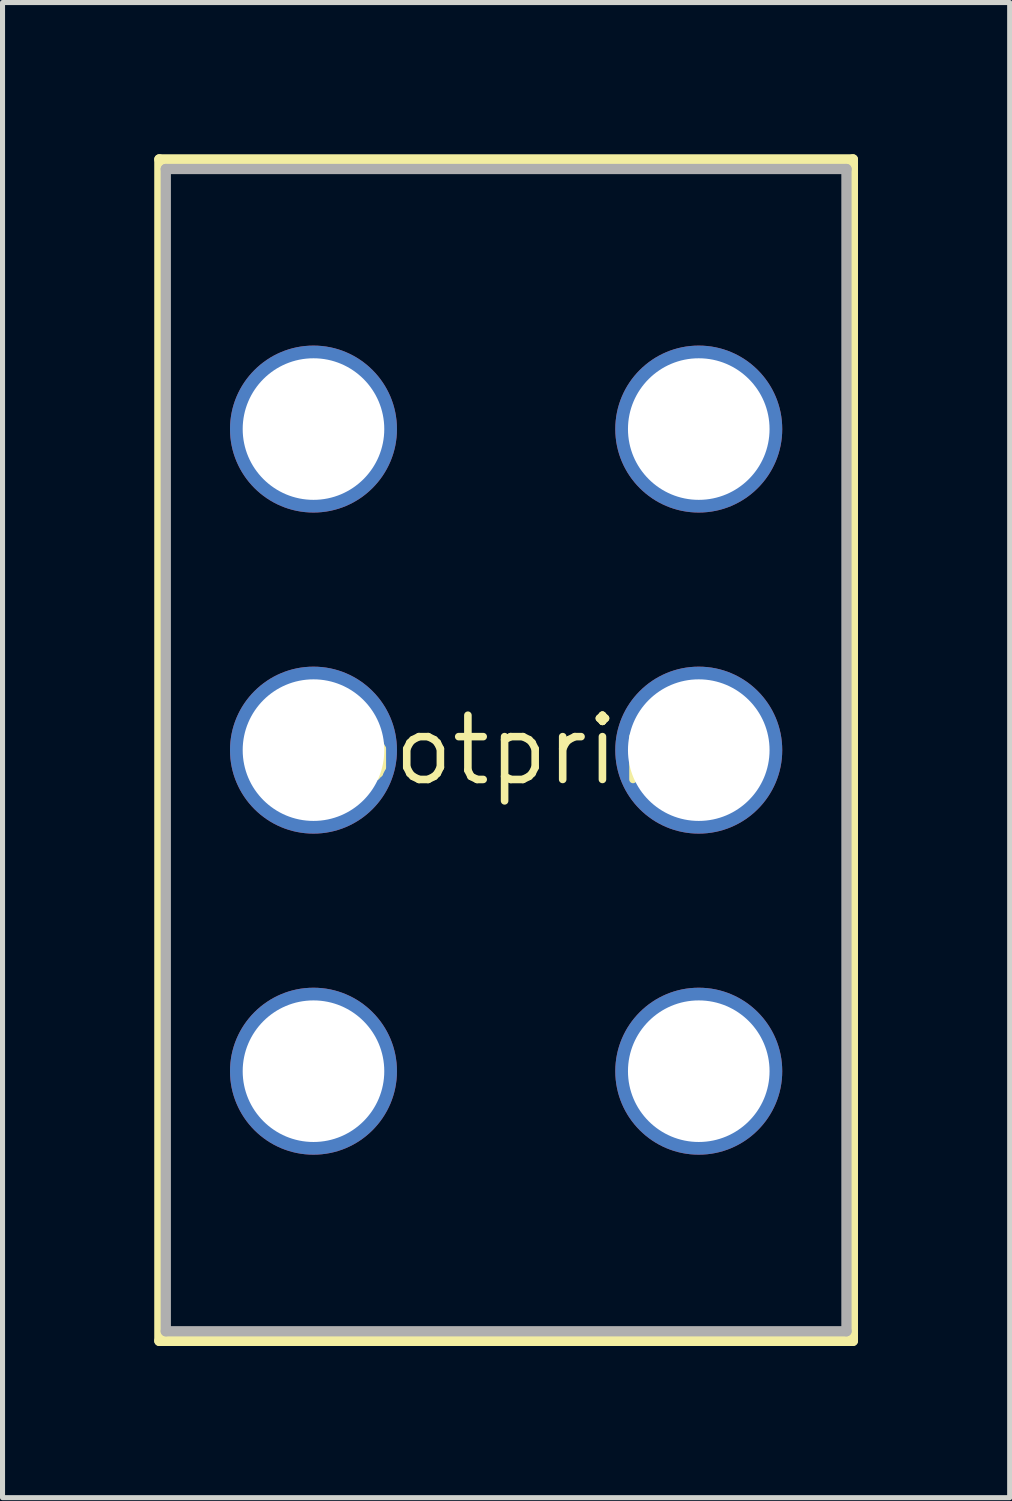
<source format=kicad_pcb>
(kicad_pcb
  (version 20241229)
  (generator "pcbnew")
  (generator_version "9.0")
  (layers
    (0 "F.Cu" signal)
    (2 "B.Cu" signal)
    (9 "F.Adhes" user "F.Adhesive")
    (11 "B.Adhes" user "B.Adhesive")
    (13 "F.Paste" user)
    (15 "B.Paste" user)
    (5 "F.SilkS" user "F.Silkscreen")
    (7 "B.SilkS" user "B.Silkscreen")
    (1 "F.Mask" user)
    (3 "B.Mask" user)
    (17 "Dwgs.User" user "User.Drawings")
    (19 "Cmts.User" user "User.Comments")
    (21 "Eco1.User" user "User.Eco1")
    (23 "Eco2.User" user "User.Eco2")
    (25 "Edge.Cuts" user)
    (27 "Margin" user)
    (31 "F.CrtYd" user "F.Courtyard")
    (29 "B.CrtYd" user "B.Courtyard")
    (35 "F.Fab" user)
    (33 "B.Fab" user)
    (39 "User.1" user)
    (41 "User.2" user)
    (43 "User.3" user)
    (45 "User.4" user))
  (footprint "footprint"
    (layer "F.Cu")
    (at 6.96 11.786)
    (property "Reference" "footprint" (at 0 0 0) (layer "F.SilkS") (effects (font (size 1.27 1.27) (thickness 0.15))))
    (fp_line (start -6.858 -11.684) (end -6.858 11.684) (stroke (width 0.203) (type solid)) (layer "F.SilkS"))
    (fp_line (start -6.858 11.684) (end 6.858 11.684) (stroke (width 0.203) (type solid)) (layer "F.SilkS"))
    (fp_line (start 6.858 -11.684) (end -6.858 -11.684) (stroke (width 0.203) (type solid)) (layer "F.SilkS"))
    (fp_line (start 6.858 11.684) (end 6.858 -11.684) (stroke (width 0.203) (type solid)) (layer "F.SilkS"))
    (fp_line (start -6.731 -11.493) (end 6.731 -11.493) (stroke (width 0.203) (type solid)) (layer "F.Fab"))
    (fp_line (start -6.731 11.493) (end -6.731 -11.493) (stroke (width 0.203) (type solid)) (layer "F.Fab"))
    (fp_line (start 6.731 -11.493) (end 6.731 11.493) (stroke (width 0.203) (type solid)) (layer "F.Fab"))
    (fp_line (start 6.731 11.493) (end -6.731 11.493) (stroke (width 0.203) (type solid)) (layer "F.Fab"))
    (pad "1" thru_hole circle (at -3.81 6.35) (size 3.302 3.302) (drill 2.8) (layers "*.Cu" "*.Mask"))
    (pad "2" thru_hole circle (at -3.81 0) (size 3.302 3.302) (drill 2.8) (layers "*.Cu" "*.Mask"))
    (pad "3" thru_hole circle (at -3.81 -6.35) (size 3.302 3.302) (drill 2.8) (layers "*.Cu" "*.Mask"))
    (pad "4" thru_hole circle (at 3.81 6.35) (size 3.302 3.302) (drill 2.8) (layers "*.Cu" "*.Mask"))
    (pad "5" thru_hole circle (at 3.81 0) (size 3.302 3.302) (drill 2.8) (layers "*.Cu" "*.Mask"))
    (pad "6" thru_hole circle (at 3.81 -6.35) (size 3.302 3.302) (drill 2.8) (layers "*.Cu" "*.Mask")))
  (gr_rect
    (start -3 -3)
    (end 16.919 26.571)
    (stroke (width 0.1) (type default))
    (fill no)
    (layer "Edge.Cuts")))
</source>
